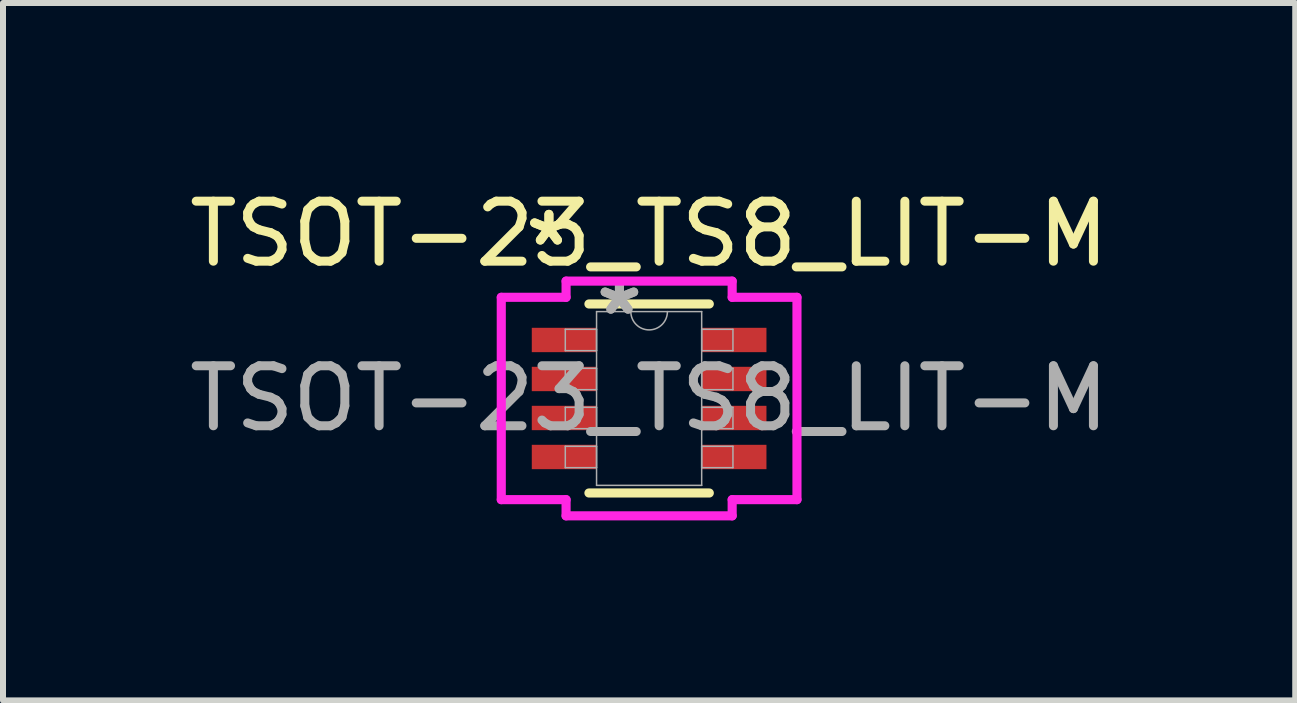
<source format=kicad_pcb>
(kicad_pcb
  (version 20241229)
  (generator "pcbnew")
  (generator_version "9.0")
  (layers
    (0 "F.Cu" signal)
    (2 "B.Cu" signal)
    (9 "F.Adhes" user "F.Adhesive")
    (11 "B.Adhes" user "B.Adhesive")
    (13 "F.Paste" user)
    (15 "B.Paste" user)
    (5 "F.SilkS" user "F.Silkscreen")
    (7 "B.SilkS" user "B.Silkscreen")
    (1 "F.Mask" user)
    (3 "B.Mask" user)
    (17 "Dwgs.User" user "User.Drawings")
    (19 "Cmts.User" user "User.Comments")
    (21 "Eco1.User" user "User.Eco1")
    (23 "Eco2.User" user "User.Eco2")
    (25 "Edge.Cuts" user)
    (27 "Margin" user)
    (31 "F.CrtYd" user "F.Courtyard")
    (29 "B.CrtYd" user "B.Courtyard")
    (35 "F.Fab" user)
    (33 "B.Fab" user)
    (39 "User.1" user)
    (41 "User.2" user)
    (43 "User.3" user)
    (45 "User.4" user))
  (footprint "TSOT-23_TS8_LIT-M"
    (layer "F.Cu")
    (at 7.768 3.591)
    (property "Reference" "TSOT-23_TS8_LIT-M" (at 0 -2.743 0) (unlocked yes) (layer "F.SilkS") (effects (font (size 1 1) (thickness 0.15))))
    (attr smd)
    (fp_line (start -1.003 1.575) (end 1.003 1.575) (stroke (width 0.152) (type solid)) (layer "F.SilkS"))
    (fp_line (start 1.003 -1.575) (end -1.003 -1.575) (stroke (width 0.152) (type solid)) (layer "F.SilkS"))
    (fp_line (start -2.464 -1.686) (end -1.384 -1.686) (stroke (width 0.152) (type solid)) (layer "F.CrtYd"))
    (fp_line (start -2.464 1.686) (end -2.464 -1.686) (stroke (width 0.152) (type solid)) (layer "F.CrtYd"))
    (fp_line (start -2.464 1.686) (end -1.384 1.686) (stroke (width 0.152) (type solid)) (layer "F.CrtYd"))
    (fp_line (start -1.384 -1.956) (end 1.384 -1.956) (stroke (width 0.152) (type solid)) (layer "F.CrtYd"))
    (fp_line (start -1.384 -1.686) (end -1.384 -1.956) (stroke (width 0.152) (type solid)) (layer "F.CrtYd"))
    (fp_line (start -1.384 1.956) (end -1.384 1.686) (stroke (width 0.152) (type solid)) (layer "F.CrtYd"))
    (fp_line (start 1.384 -1.956) (end 1.384 -1.686) (stroke (width 0.152) (type solid)) (layer "F.CrtYd"))
    (fp_line (start 1.384 1.686) (end 1.384 1.956) (stroke (width 0.152) (type solid)) (layer "F.CrtYd"))
    (fp_line (start 1.384 1.956) (end -1.384 1.956) (stroke (width 0.152) (type solid)) (layer "F.CrtYd"))
    (fp_line (start 2.464 -1.686) (end 1.384 -1.686) (stroke (width 0.152) (type solid)) (layer "F.CrtYd"))
    (fp_line (start 2.464 -1.686) (end 2.464 1.686) (stroke (width 0.152) (type solid)) (layer "F.CrtYd"))
    (fp_line (start 2.464 1.686) (end 1.384 1.686) (stroke (width 0.152) (type solid)) (layer "F.CrtYd"))
    (fp_line (start -1.397 -1.153) (end -1.397 -0.797) (stroke (width 0.025) (type solid)) (layer "F.Fab"))
    (fp_line (start -1.397 -0.797) (end -0.876 -0.797) (stroke (width 0.025) (type solid)) (layer "F.Fab"))
    (fp_line (start -1.397 -0.503) (end -1.397 -0.147) (stroke (width 0.025) (type solid)) (layer "F.Fab"))
    (fp_line (start -1.397 -0.147) (end -0.876 -0.147) (stroke (width 0.025) (type solid)) (layer "F.Fab"))
    (fp_line (start -1.397 0.147) (end -1.397 0.503) (stroke (width 0.025) (type solid)) (layer "F.Fab"))
    (fp_line (start -1.397 0.503) (end -0.876 0.503) (stroke (width 0.025) (type solid)) (layer "F.Fab"))
    (fp_line (start -1.397 0.797) (end -1.397 1.153) (stroke (width 0.025) (type solid)) (layer "F.Fab"))
    (fp_line (start -1.397 1.153) (end -0.876 1.153) (stroke (width 0.025) (type solid)) (layer "F.Fab"))
    (fp_line (start -0.876 -1.448) (end -0.876 1.448) (stroke (width 0.025) (type solid)) (layer "F.Fab"))
    (fp_line (start -0.876 -1.153) (end -1.397 -1.153) (stroke (width 0.025) (type solid)) (layer "F.Fab"))
    (fp_line (start -0.876 -0.797) (end -0.876 -1.153) (stroke (width 0.025) (type solid)) (layer "F.Fab"))
    (fp_line (start -0.876 -0.503) (end -1.397 -0.503) (stroke (width 0.025) (type solid)) (layer "F.Fab"))
    (fp_line (start -0.876 -0.147) (end -0.876 -0.503) (stroke (width 0.025) (type solid)) (layer "F.Fab"))
    (fp_line (start -0.876 0.147) (end -1.397 0.147) (stroke (width 0.025) (type solid)) (layer "F.Fab"))
    (fp_line (start -0.876 0.503) (end -0.876 0.147) (stroke (width 0.025) (type solid)) (layer "F.Fab"))
    (fp_line (start -0.876 0.797) (end -1.397 0.797) (stroke (width 0.025) (type solid)) (layer "F.Fab"))
    (fp_line (start -0.876 1.153) (end -0.876 0.797) (stroke (width 0.025) (type solid)) (layer "F.Fab"))
    (fp_line (start -0.876 1.448) (end 0.876 1.448) (stroke (width 0.025) (type solid)) (layer "F.Fab"))
    (fp_line (start 0.876 -1.448) (end -0.876 -1.448) (stroke (width 0.025) (type solid)) (layer "F.Fab"))
    (fp_line (start 0.876 -1.153) (end 0.876 -0.797) (stroke (width 0.025) (type solid)) (layer "F.Fab"))
    (fp_line (start 0.876 -0.797) (end 1.397 -0.797) (stroke (width 0.025) (type solid)) (layer "F.Fab"))
    (fp_line (start 0.876 -0.503) (end 0.876 -0.147) (stroke (width 0.025) (type solid)) (layer "F.Fab"))
    (fp_line (start 0.876 -0.147) (end 1.397 -0.147) (stroke (width 0.025) (type solid)) (layer "F.Fab"))
    (fp_line (start 0.876 0.147) (end 0.876 0.503) (stroke (width 0.025) (type solid)) (layer "F.Fab"))
    (fp_line (start 0.876 0.503) (end 1.397 0.503) (stroke (width 0.025) (type solid)) (layer "F.Fab"))
    (fp_line (start 0.876 0.797) (end 0.876 1.153) (stroke (width 0.025) (type solid)) (layer "F.Fab"))
    (fp_line (start 0.876 1.153) (end 1.397 1.153) (stroke (width 0.025) (type solid)) (layer "F.Fab"))
    (fp_line (start 0.876 1.448) (end 0.876 -1.448) (stroke (width 0.025) (type solid)) (layer "F.Fab"))
    (fp_line (start 1.397 -1.153) (end 0.876 -1.153) (stroke (width 0.025) (type solid)) (layer "F.Fab"))
    (fp_line (start 1.397 -0.797) (end 1.397 -1.153) (stroke (width 0.025) (type solid)) (layer "F.Fab"))
    (fp_line (start 1.397 -0.503) (end 0.876 -0.503) (stroke (width 0.025) (type solid)) (layer "F.Fab"))
    (fp_line (start 1.397 -0.147) (end 1.397 -0.503) (stroke (width 0.025) (type solid)) (layer "F.Fab"))
    (fp_line (start 1.397 0.147) (end 0.876 0.147) (stroke (width 0.025) (type solid)) (layer "F.Fab"))
    (fp_line (start 1.397 0.503) (end 1.397 0.147) (stroke (width 0.025) (type solid)) (layer "F.Fab"))
    (fp_line (start 1.397 0.797) (end 0.876 0.797) (stroke (width 0.025) (type solid)) (layer "F.Fab"))
    (fp_line (start 1.397 1.153) (end 1.397 0.797) (stroke (width 0.025) (type solid)) (layer "F.Fab"))
    (fp_arc (start 0.3048 -1.4478) (mid 0 -1.143) (end -0.3048 -1.4478) (stroke (width 0.0254) (type solid)) (layer "F.Fab"))
    (fp_text user "*" (at -1.67 -2.524 0) (unlocked yes) (layer "F.SilkS") (effects (font (size 1 1) (thickness 0.15))))
    (fp_text user "*" (at -1.67 -2.524 0) (layer "F.SilkS") (effects (font (size 1 1) (thickness 0.15))))
    (fp_text user "*" (at -0.495 -1.372 0) (unlocked yes) (layer "F.Fab") (effects (font (size 1 1) (thickness 0.15))))
    (fp_text user "${REFERENCE}" (at 0 0 0) (unlocked yes) (layer "F.Fab") (effects (font (size 1 1) (thickness 0.15))))
    (fp_text user "*" (at -0.495 -1.372 0) (layer "F.Fab") (effects (font (size 1 1) (thickness 0.15))))
    (pad "1" smd rect (at -1.416 -0.975) (size 1.079 0.406) (layers "F.Cu" "F.Mask" "F.Paste"))
    (pad "2" smd rect (at -1.416 -0.325) (size 1.079 0.406) (layers "F.Cu" "F.Mask" "F.Paste"))
    (pad "3" smd rect (at -1.416 0.325) (size 1.079 0.406) (layers "F.Cu" "F.Mask" "F.Paste"))
    (pad "4" smd rect (at -1.416 0.975) (size 1.079 0.406) (layers "F.Cu" "F.Mask" "F.Paste"))
    (pad "5" smd rect (at 1.416 0.975) (size 1.079 0.406) (layers "F.Cu" "F.Mask" "F.Paste"))
    (pad "6" smd rect (at 1.416 0.325) (size 1.079 0.406) (layers "F.Cu" "F.Mask" "F.Paste"))
    (pad "7" smd rect (at 1.416 -0.325) (size 1.079 0.406) (layers "F.Cu" "F.Mask" "F.Paste"))
    (pad "8" smd rect (at 1.416 -0.975) (size 1.079 0.406) (layers "F.Cu" "F.Mask" "F.Paste")))
  (gr_rect
    (start -3 -3)
    (end 18.536 8.623)
    (stroke (width 0.1) (type default))
    (fill no)
    (layer "Edge.Cuts")))
</source>
